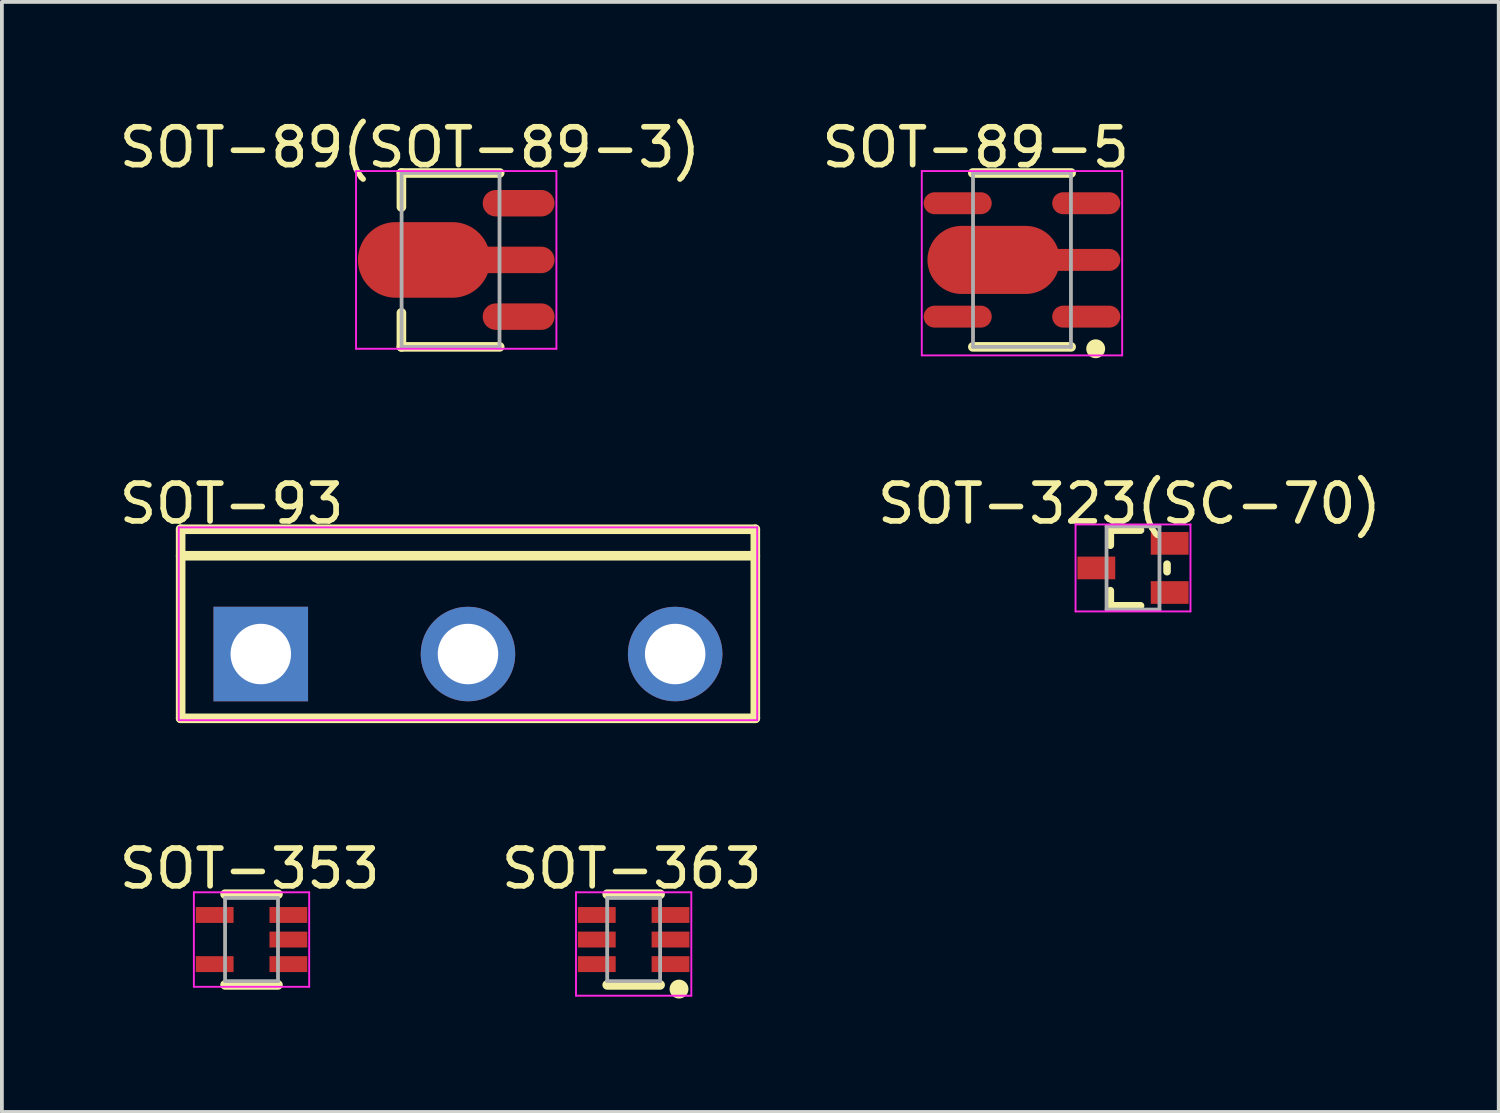
<source format=kicad_pcb>
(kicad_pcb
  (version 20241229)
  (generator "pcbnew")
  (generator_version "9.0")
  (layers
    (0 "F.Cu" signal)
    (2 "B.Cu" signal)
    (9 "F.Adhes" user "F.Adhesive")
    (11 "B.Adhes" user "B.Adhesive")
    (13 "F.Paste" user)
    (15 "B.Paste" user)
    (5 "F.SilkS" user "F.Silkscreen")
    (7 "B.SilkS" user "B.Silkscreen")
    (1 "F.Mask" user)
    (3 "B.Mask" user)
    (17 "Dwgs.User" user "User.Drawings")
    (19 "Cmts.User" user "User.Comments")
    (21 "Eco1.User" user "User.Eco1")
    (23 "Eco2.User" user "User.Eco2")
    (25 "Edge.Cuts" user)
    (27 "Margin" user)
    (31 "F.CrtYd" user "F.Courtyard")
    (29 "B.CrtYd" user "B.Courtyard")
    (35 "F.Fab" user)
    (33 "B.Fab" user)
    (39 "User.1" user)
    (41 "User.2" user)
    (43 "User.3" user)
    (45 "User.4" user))
  (footprint "SOT-93"
    (layer "F.Cu")
    (at 9.328 14.249)
    (property "Reference" "SOT-93" (at -6.251 -3.976 0) (layer "F.SilkS") (effects (font (size 1 1) (thickness 0.15))))
    (attr through_hole)
    (fp_line (start -7.6 -3.3) (end 7.6 -3.3) (stroke (width 0.254) (type solid)) (layer "F.SilkS"))
    (fp_line (start -7.6 -2.6) (end 7.6 -2.6) (stroke (width 0.254) (type solid)) (layer "F.SilkS"))
    (fp_line (start -7.6 1.7) (end -7.6 -3.3) (stroke (width 0.254) (type solid)) (layer "F.SilkS"))
    (fp_line (start -7.6 1.7) (end 7.6 1.7) (stroke (width 0.254) (type solid)) (layer "F.SilkS"))
    (fp_line (start 7.6 1.7) (end 7.6 -3.3) (stroke (width 0.254) (type solid)) (layer "F.SilkS"))
    (fp_line (start -7.65 -3.35) (end 7.65 -3.35) (stroke (width 0.05) (type solid)) (layer "F.CrtYd"))
    (fp_line (start -7.65 1.75) (end -7.65 -3.35) (stroke (width 0.05) (type solid)) (layer "F.CrtYd"))
    (fp_line (start 7.65 -3.35) (end 7.65 1.75) (stroke (width 0.05) (type solid)) (layer "F.CrtYd"))
    (fp_line (start 7.65 1.75) (end -7.65 1.75) (stroke (width 0.05) (type solid)) (layer "F.CrtYd"))
    (pad "1" thru_hole rect (at -5.48 0) (size 2.5 2.5) (drill 1.6) (layers "*.Cu" "*.Mask"))
    (pad "2" thru_hole oval (at 0 0) (size 2.5 2.5) (drill 1.6) (layers "*.Cu" "*.Mask"))
    (pad "3" thru_hole oval (at 5.48 0) (size 2.5 2.5) (drill 1.6) (layers "*.Cu" "*.Mask")))
  (footprint "SOT-89(SOT-89-3)"
    (layer "F.Cu")
    (at 10.667 3.825)
    (property "Reference" "SOT-89(SOT-89-3)" (at -2.875 -2.976 0) (layer "F.SilkS") (effects (font (size 1 1) (thickness 0.15))))
    (attr through_hole)
    (fp_line (start -3.1 -2.3) (end -0.5 -2.3) (stroke (width 0.254) (type solid)) (layer "F.SilkS"))
    (fp_line (start -3.1 -1.4) (end -3.1 -2.3) (stroke (width 0.254) (type solid)) (layer "F.SilkS"))
    (fp_line (start -3.1 2.3) (end -3.1 1.4) (stroke (width 0.254) (type solid)) (layer "F.SilkS"))
    (fp_line (start -3.1 2.3) (end -0.5 2.3) (stroke (width 0.254) (type solid)) (layer "F.SilkS"))
    (fp_line (start -4.3 -2.35) (end 1 -2.35) (stroke (width 0.05) (type solid)) (layer "F.CrtYd"))
    (fp_line (start -4.3 2.35) (end -4.3 -2.35) (stroke (width 0.05) (type solid)) (layer "F.CrtYd"))
    (fp_line (start 1 -2.35) (end 1 2.35) (stroke (width 0.05) (type solid)) (layer "F.CrtYd"))
    (fp_line (start 1 2.35) (end -4.3 2.35) (stroke (width 0.05) (type solid)) (layer "F.CrtYd"))
    (fp_line (start -3.095 -2.3) (end -0.505 -2.3) (stroke (width 0.1) (type solid)) (layer "F.Fab"))
    (fp_line (start -3.095 2.3) (end -3.095 -2.3) (stroke (width 0.1) (type solid)) (layer "F.Fab"))
    (fp_line (start -3.095 2.3) (end -0.505 2.3) (stroke (width 0.1) (type solid)) (layer "F.Fab"))
    (fp_line (start -0.505 2.3) (end -0.505 -2.3) (stroke (width 0.1) (type solid)) (layer "F.Fab"))
    (pad "1" smd oval (at 0 1.5 270) (size 0.7 1.9) (layers "F.Cu" "F.Mask" "F.Paste"))
    (pad "2" smd oval (at -2.5 0 270) (size 2 3.5) (layers "F.Cu" "F.Mask" "F.Paste"))
    (pad "2" smd oval (at -0.1 0 270) (size 0.7 2.1) (layers "F.Cu" "F.Mask" "F.Paste"))
    (pad "3" smd oval (at 0 -1.5 270) (size 0.7 1.9) (layers "F.Cu" "F.Mask" "F.Paste")))
  (footprint "SOT-323(SC-70)"
    (layer "F.Cu")
    (at 26.918 11.972)
    (property "Reference" "SOT-323(SC-70)" (at -0.095 -1.699 0) (layer "F.SilkS") (effects (font (size 1 1) (thickness 0.15))))
    (attr through_hole)
    (fp_line (start -0.6 -1) (end 0.2 -1) (stroke (width 0.2) (type solid)) (layer "F.SilkS"))
    (fp_line (start -0.6 -0.6) (end -0.6 -1) (stroke (width 0.2) (type solid)) (layer "F.SilkS"))
    (fp_line (start -0.6 1) (end -0.6 0.6) (stroke (width 0.2) (type solid)) (layer "F.SilkS"))
    (fp_line (start -0.6 1) (end 0.2 1) (stroke (width 0.2) (type solid)) (layer "F.SilkS"))
    (fp_line (start 0.9 0.1) (end 0.9 -0.1) (stroke (width 0.2) (type solid)) (layer "F.SilkS"))
    (fp_line (start -1.52 -1.15) (end 1.52 -1.15) (stroke (width 0.05) (type solid)) (layer "F.CrtYd"))
    (fp_line (start -1.52 1.15) (end -1.52 -1.15) (stroke (width 0.05) (type solid)) (layer "F.CrtYd"))
    (fp_line (start 1.52 -1.15) (end 1.52 1.15) (stroke (width 0.05) (type solid)) (layer "F.CrtYd"))
    (fp_line (start 1.52 1.15) (end -1.52 1.15) (stroke (width 0.05) (type solid)) (layer "F.CrtYd"))
    (fp_line (start -0.7 -1.1) (end 0.7 -1.1) (stroke (width 0.1) (type solid)) (layer "F.Fab"))
    (fp_line (start -0.7 1.1) (end -0.7 -1.1) (stroke (width 0.1) (type solid)) (layer "F.Fab"))
    (fp_line (start -0.7 1.1) (end 0.7 1.1) (stroke (width 0.1) (type solid)) (layer "F.Fab"))
    (fp_line (start 0.7 1.1) (end 0.7 -1.1) (stroke (width 0.1) (type solid)) (layer "F.Fab"))
    (pad "1" smd rect (at 0.97 0.65 90) (size 0.6 1) (layers "F.Cu" "F.Mask" "F.Paste"))
    (pad "2" smd rect (at 0.97 -0.65 90) (size 0.6 1) (layers "F.Cu" "F.Mask" "F.Paste"))
    (pad "3" smd rect (at -0.97 0 90) (size 0.6 1) (layers "F.Cu" "F.Mask" "F.Paste")))
  (footprint "SOT-363"
    (layer "F.Cu")
    (at 13.71 21.801)
    (property "Reference" "SOT-363" (at -0.049 -1.876 0) (layer "F.SilkS") (effects (font (size 1 1) (thickness 0.15))))
    (attr through_hole)
    (fp_line (start -0.7 -1.2) (end 0.7 -1.2) (stroke (width 0.254) (type solid)) (layer "F.SilkS"))
    (fp_line (start -0.7 1.2) (end 0.7 1.2) (stroke (width 0.254) (type solid)) (layer "F.SilkS"))
    (fp_circle (center 1.2 1.31) (end 1.325 1.31) (stroke (width 0.25) (type solid)) (fill no) (layer "F.SilkS"))
    (fp_line (start -1.525 -1.25) (end 1.525 -1.25) (stroke (width 0.05) (type solid)) (layer "F.CrtYd"))
    (fp_line (start -1.525 1.485) (end -1.525 -1.25) (stroke (width 0.05) (type solid)) (layer "F.CrtYd"))
    (fp_line (start 1.525 -1.25) (end 1.525 1.485) (stroke (width 0.05) (type solid)) (layer "F.CrtYd"))
    (fp_line (start 1.525 1.485) (end -1.525 1.485) (stroke (width 0.05) (type solid)) (layer "F.CrtYd"))
    (fp_line (start -0.7 -1.1) (end 0.7 -1.1) (stroke (width 0.1) (type solid)) (layer "F.Fab"))
    (fp_line (start -0.7 1.1) (end -0.7 -1.1) (stroke (width 0.1) (type solid)) (layer "F.Fab"))
    (fp_line (start -0.7 1.1) (end 0.7 1.1) (stroke (width 0.1) (type solid)) (layer "F.Fab"))
    (fp_line (start 0.7 1.1) (end 0.7 -1.1) (stroke (width 0.1) (type solid)) (layer "F.Fab"))
    (pad "1" smd rect (at 0.975 0.65 90) (size 0.42 1) (layers "F.Cu" "F.Mask" "F.Paste"))
    (pad "2" smd rect (at 0.975 0 90) (size 0.42 1) (layers "F.Cu" "F.Mask" "F.Paste"))
    (pad "3" smd rect (at 0.975 -0.65 90) (size 0.42 1) (layers "F.Cu" "F.Mask" "F.Paste"))
    (pad "4" smd rect (at -0.975 -0.65 270) (size 0.42 1) (layers "F.Cu" "F.Mask" "F.Paste"))
    (pad "5" smd rect (at -0.975 0 90) (size 0.42 1) (layers "F.Cu" "F.Mask" "F.Paste"))
    (pad "6" smd rect (at -0.975 0.65 270) (size 0.42 1) (layers "F.Cu" "F.Mask" "F.Paste")))
  (footprint "SOT-89-5"
    (layer "F.Cu")
    (at 23.981 3.825)
    (property "Reference" "SOT-89-5" (at -1.225 -2.976 0) (layer "F.SilkS") (effects (font (size 1 1) (thickness 0.15))))
    (attr through_hole)
    (fp_line (start -1.3 -2.3) (end 1.3 -2.3) (stroke (width 0.254) (type solid)) (layer "F.SilkS"))
    (fp_line (start -1.3 2.3) (end 1.3 2.3) (stroke (width 0.254) (type solid)) (layer "F.SilkS"))
    (fp_circle (center 1.95 2.35) (end 2.075 2.35) (stroke (width 0.25) (type solid)) (fill no) (layer "F.SilkS"))
    (fp_line (start -2.65 -2.35) (end 2.65 -2.35) (stroke (width 0.05) (type solid)) (layer "F.CrtYd"))
    (fp_line (start -2.65 2.525) (end -2.65 -2.35) (stroke (width 0.05) (type solid)) (layer "F.CrtYd"))
    (fp_line (start 2.65 -2.35) (end 2.65 2.525) (stroke (width 0.05) (type solid)) (layer "F.CrtYd"))
    (fp_line (start 2.65 2.525) (end -2.65 2.525) (stroke (width 0.05) (type solid)) (layer "F.CrtYd"))
    (fp_line (start -1.295 -2.3) (end 1.295 -2.3) (stroke (width 0.1) (type solid)) (layer "F.Fab"))
    (fp_line (start -1.295 2.3) (end -1.295 -2.3) (stroke (width 0.1) (type solid)) (layer "F.Fab"))
    (fp_line (start -1.295 2.3) (end 1.295 2.3) (stroke (width 0.1) (type solid)) (layer "F.Fab"))
    (fp_line (start 1.295 2.3) (end 1.295 -2.3) (stroke (width 0.1) (type solid)) (layer "F.Fab"))
    (pad "1" smd oval (at 1.7 1.5 270) (size 0.58 1.8) (layers "F.Cu" "F.Mask" "F.Paste"))
    (pad "2" smd oval (at -0.75 0 270) (size 1.8 3.5) (layers "F.Cu" "F.Mask" "F.Paste"))
    (pad "2" smd oval (at 1.4 0 270) (size 0.58 2.4) (layers "F.Cu" "F.Mask" "F.Paste"))
    (pad "3" smd oval (at 1.7 -1.5 270) (size 0.58 1.8) (layers "F.Cu" "F.Mask" "F.Paste"))
    (pad "4" smd oval (at -1.7 -1.5 270) (size 0.58 1.8) (layers "F.Cu" "F.Mask" "F.Paste"))
    (pad "5" smd oval (at -1.7 1.5 270) (size 0.58 1.8) (layers "F.Cu" "F.Mask" "F.Paste")))
  (footprint "SOT-353"
    (layer "F.Cu")
    (at 3.603 21.801)
    (property "Reference" "SOT-353" (at -0.049 -1.876 0) (layer "F.SilkS") (effects (font (size 1 1) (thickness 0.15))))
    (attr through_hole)
    (fp_line (start -0.7 -1.2) (end 0.7 -1.2) (stroke (width 0.254) (type solid)) (layer "F.SilkS"))
    (fp_line (start -0.7 1.2) (end 0.7 1.2) (stroke (width 0.254) (type solid)) (layer "F.SilkS"))
    (fp_line (start -1.525 -1.25) (end 1.525 -1.25) (stroke (width 0.05) (type solid)) (layer "F.CrtYd"))
    (fp_line (start -1.525 1.25) (end -1.525 -1.25) (stroke (width 0.05) (type solid)) (layer "F.CrtYd"))
    (fp_line (start 1.525 -1.25) (end 1.525 1.25) (stroke (width 0.05) (type solid)) (layer "F.CrtYd"))
    (fp_line (start 1.525 1.25) (end -1.525 1.25) (stroke (width 0.05) (type solid)) (layer "F.CrtYd"))
    (fp_line (start -0.7 -1.1) (end 0.7 -1.1) (stroke (width 0.1) (type solid)) (layer "F.Fab"))
    (fp_line (start -0.7 1.1) (end -0.7 -1.1) (stroke (width 0.1) (type solid)) (layer "F.Fab"))
    (fp_line (start -0.7 1.1) (end 0.7 1.1) (stroke (width 0.1) (type solid)) (layer "F.Fab"))
    (fp_line (start 0.7 1.1) (end 0.7 -1.1) (stroke (width 0.1) (type solid)) (layer "F.Fab"))
    (pad "1" smd rect (at 0.975 0.65 90) (size 0.42 1) (layers "F.Cu" "F.Mask" "F.Paste"))
    (pad "2" smd rect (at 0.975 0 90) (size 0.42 1) (layers "F.Cu" "F.Mask" "F.Paste"))
    (pad "3" smd rect (at 0.975 -0.65 90) (size 0.42 1) (layers "F.Cu" "F.Mask" "F.Paste"))
    (pad "4" smd rect (at -0.975 -0.65 270) (size 0.42 1) (layers "F.Cu" "F.Mask" "F.Paste"))
    (pad "5" smd rect (at -0.975 0.65 270) (size 0.42 1) (layers "F.Cu" "F.Mask" "F.Paste")))
  (gr_rect
    (start -3 -3)
    (end 36.591 26.361)
    (stroke (width 0.1) (type default))
    (fill no)
    (layer "Edge.Cuts")))
</source>
